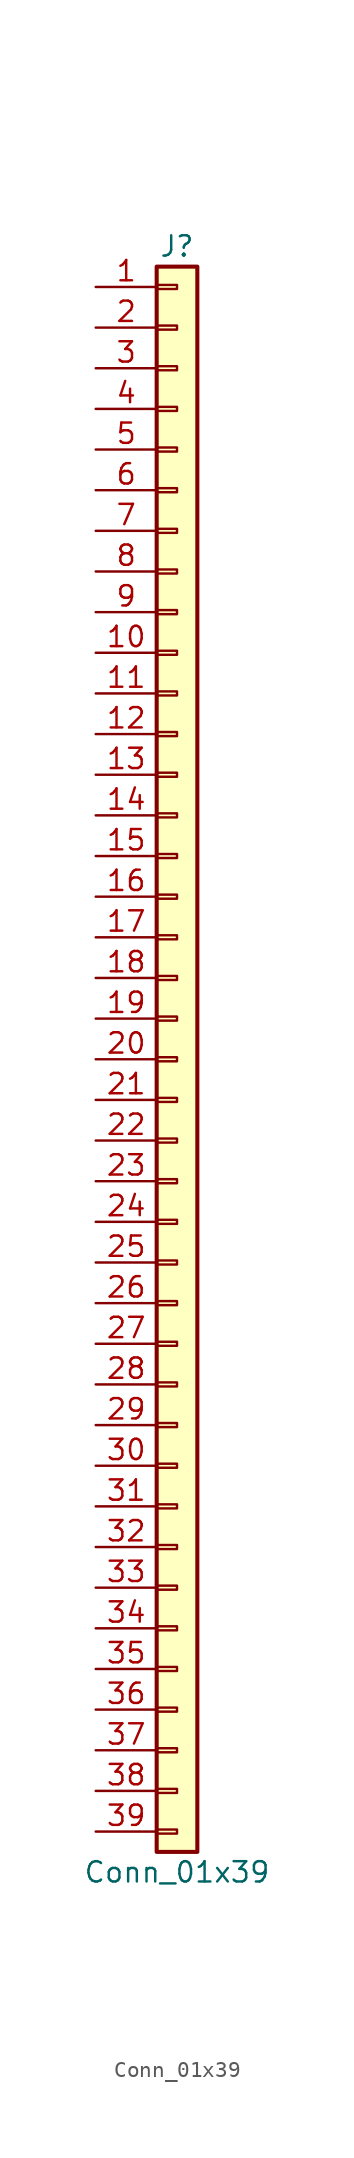
<source format=kicad_sym>
(kicad_symbol_lib
  (version 20201005)
  (generator kicad_symbol_editor)
  (symbol "Connector_Generic:Conn_01x39"
    (pin_names
      (offset 1.016) hide)
    (property "Reference" "J"
      (at 0 50.8 0)
      (effects (font (size 1.27 1.27))))
    (property "Value" "Conn_01x39"
      (at 0 -50.8 0)
      (effects (font (size 1.27 1.27))))
    (symbol "Conn_01x39_1_1"
      (rectangle (start -1.27 -27.813) (end 0 -28.067) (stroke (width 0.152)) (fill (type none)))
      (rectangle (start -1.27 -30.353) (end 0 -30.607) (stroke (width 0.152)) (fill (type none)))
      (rectangle (start -1.27 -32.893) (end 0 -33.147) (stroke (width 0.152)) (fill (type none)))
      (rectangle (start -1.27 -35.433) (end 0 -35.687) (stroke (width 0.152)) (fill (type none)))
      (rectangle (start -1.27 -37.973) (end 0 -38.227) (stroke (width 0.152)) (fill (type none)))
      (rectangle (start -1.27 -40.513) (end 0 -40.767) (stroke (width 0.152)) (fill (type none)))
      (rectangle (start -1.27 -43.053) (end 0 -43.307) (stroke (width 0.152)) (fill (type none)))
      (rectangle (start -1.27 -45.593) (end 0 -45.847) (stroke (width 0.152)) (fill (type none)))
      (rectangle (start -1.27 -48.133) (end 0 -48.387) (stroke (width 0.152)) (fill (type none)))
      (rectangle (start -1.27 -4.953) (end 0 -5.207) (stroke (width 0.152)) (fill (type none)))
      (rectangle (start -1.27 -7.493) (end 0 -7.747) (stroke (width 0.152)) (fill (type none)))
      (rectangle (start -1.27 -10.033) (end 0 -10.287) (stroke (width 0.152)) (fill (type none)))
      (rectangle (start -1.27 -12.573) (end 0 -12.827) (stroke (width 0.152)) (fill (type none)))
      (rectangle (start -1.27 -15.113) (end 0 -15.367) (stroke (width 0.152)) (fill (type none)))
      (rectangle (start -1.27 -17.653) (end 0 -17.907) (stroke (width 0.152)) (fill (type none)))
      (rectangle (start -1.27 -20.193) (end 0 -20.447) (stroke (width 0.152)) (fill (type none)))
      (rectangle (start -1.27 -22.733) (end 0 -22.987) (stroke (width 0.152)) (fill (type none)))
      (rectangle (start -1.27 -2.413) (end 0 -2.667) (stroke (width 0.152)) (fill (type none)))
      (rectangle (start -1.27 -25.273) (end 0 -25.527) (stroke (width 0.152)) (fill (type none)))
      (rectangle (start -1.27 25.527) (end 0 25.273) (stroke (width 0.152)) (fill (type none)))
      (rectangle (start -1.27 2.667) (end 0 2.413) (stroke (width 0.152)) (fill (type none)))
      (rectangle (start -1.27 28.067) (end 0 27.813) (stroke (width 0.152)) (fill (type none)))
      (rectangle (start -1.27 30.607) (end 0 30.353) (stroke (width 0.152)) (fill (type none)))
      (rectangle (start -1.27 33.147) (end 0 32.893) (stroke (width 0.152)) (fill (type none)))
      (rectangle (start -1.27 35.687) (end 0 35.433) (stroke (width 0.152)) (fill (type none)))
      (rectangle (start -1.27 38.227) (end 0 37.973) (stroke (width 0.152)) (fill (type none)))
      (rectangle (start -1.27 40.767) (end 0 40.513) (stroke (width 0.152)) (fill (type none)))
      (rectangle (start -1.27 43.307) (end 0 43.053) (stroke (width 0.152)) (fill (type none)))
      (rectangle (start -1.27 45.847) (end 0 45.593) (stroke (width 0.152)) (fill (type none)))
      (rectangle (start -1.27 48.387) (end 0 48.133) (stroke (width 0.152)) (fill (type none)))
      (rectangle (start -1.27 49.53) (end 1.27 -49.53) (stroke (width 0.254)) (fill (type background)))
      (rectangle (start -1.27 5.207) (end 0 4.953) (stroke (width 0.152)) (fill (type none)))
      (rectangle (start -1.27 7.747) (end 0 7.493) (stroke (width 0.152)) (fill (type none)))
      (rectangle (start -1.27 10.287) (end 0 10.033) (stroke (width 0.152)) (fill (type none)))
      (rectangle (start -1.27 0.127) (end 0 -0.127) (stroke (width 0.152)) (fill (type none)))
      (rectangle (start -1.27 12.827) (end 0 12.573) (stroke (width 0.152)) (fill (type none)))
      (rectangle (start -1.27 15.367) (end 0 15.113) (stroke (width 0.152)) (fill (type none)))
      (rectangle (start -1.27 17.907) (end 0 17.653) (stroke (width 0.152)) (fill (type none)))
      (rectangle (start -1.27 20.447) (end 0 20.193) (stroke (width 0.152)) (fill (type none)))
      (rectangle (start -1.27 22.987) (end 0 22.733) (stroke (width 0.152)) (fill (type none)))
      (pin passive line (at -5.08 48.26 0) (length 3.81) (name "Pin_1" (effects (font (size 1.27 1.27)))) (number "1" (effects (font (size 1.27 1.27)))))
      (pin passive line (at -5.08 25.4 0) (length 3.81) (name "Pin_10" (effects (font (size 1.27 1.27)))) (number "10" (effects (font (size 1.27 1.27)))))
      (pin passive line (at -5.08 22.86 0) (length 3.81) (name "Pin_11" (effects (font (size 1.27 1.27)))) (number "11" (effects (font (size 1.27 1.27)))))
      (pin passive line (at -5.08 20.32 0) (length 3.81) (name "Pin_12" (effects (font (size 1.27 1.27)))) (number "12" (effects (font (size 1.27 1.27)))))
      (pin passive line (at -5.08 17.78 0) (length 3.81) (name "Pin_13" (effects (font (size 1.27 1.27)))) (number "13" (effects (font (size 1.27 1.27)))))
      (pin passive line (at -5.08 15.24 0) (length 3.81) (name "Pin_14" (effects (font (size 1.27 1.27)))) (number "14" (effects (font (size 1.27 1.27)))))
      (pin passive line (at -5.08 12.7 0) (length 3.81) (name "Pin_15" (effects (font (size 1.27 1.27)))) (number "15" (effects (font (size 1.27 1.27)))))
      (pin passive line (at -5.08 10.16 0) (length 3.81) (name "Pin_16" (effects (font (size 1.27 1.27)))) (number "16" (effects (font (size 1.27 1.27)))))
      (pin passive line (at -5.08 7.62 0) (length 3.81) (name "Pin_17" (effects (font (size 1.27 1.27)))) (number "17" (effects (font (size 1.27 1.27)))))
      (pin passive line (at -5.08 5.08 0) (length 3.81) (name "Pin_18" (effects (font (size 1.27 1.27)))) (number "18" (effects (font (size 1.27 1.27)))))
      (pin passive line (at -5.08 2.54 0) (length 3.81) (name "Pin_19" (effects (font (size 1.27 1.27)))) (number "19" (effects (font (size 1.27 1.27)))))
      (pin passive line (at -5.08 45.72 0) (length 3.81) (name "Pin_2" (effects (font (size 1.27 1.27)))) (number "2" (effects (font (size 1.27 1.27)))))
      (pin passive line (at -5.08 0 0) (length 3.81) (name "Pin_20" (effects (font (size 1.27 1.27)))) (number "20" (effects (font (size 1.27 1.27)))))
      (pin passive line (at -5.08 -2.54 0) (length 3.81) (name "Pin_21" (effects (font (size 1.27 1.27)))) (number "21" (effects (font (size 1.27 1.27)))))
      (pin passive line (at -5.08 -5.08 0) (length 3.81) (name "Pin_22" (effects (font (size 1.27 1.27)))) (number "22" (effects (font (size 1.27 1.27)))))
      (pin passive line (at -5.08 -7.62 0) (length 3.81) (name "Pin_23" (effects (font (size 1.27 1.27)))) (number "23" (effects (font (size 1.27 1.27)))))
      (pin passive line (at -5.08 -10.16 0) (length 3.81) (name "Pin_24" (effects (font (size 1.27 1.27)))) (number "24" (effects (font (size 1.27 1.27)))))
      (pin passive line (at -5.08 -12.7 0) (length 3.81) (name "Pin_25" (effects (font (size 1.27 1.27)))) (number "25" (effects (font (size 1.27 1.27)))))
      (pin passive line (at -5.08 -15.24 0) (length 3.81) (name "Pin_26" (effects (font (size 1.27 1.27)))) (number "26" (effects (font (size 1.27 1.27)))))
      (pin passive line (at -5.08 -17.78 0) (length 3.81) (name "Pin_27" (effects (font (size 1.27 1.27)))) (number "27" (effects (font (size 1.27 1.27)))))
      (pin passive line (at -5.08 -20.32 0) (length 3.81) (name "Pin_28" (effects (font (size 1.27 1.27)))) (number "28" (effects (font (size 1.27 1.27)))))
      (pin passive line (at -5.08 -22.86 0) (length 3.81) (name "Pin_29" (effects (font (size 1.27 1.27)))) (number "29" (effects (font (size 1.27 1.27)))))
      (pin passive line (at -5.08 43.18 0) (length 3.81) (name "Pin_3" (effects (font (size 1.27 1.27)))) (number "3" (effects (font (size 1.27 1.27)))))
      (pin passive line (at -5.08 -25.4 0) (length 3.81) (name "Pin_30" (effects (font (size 1.27 1.27)))) (number "30" (effects (font (size 1.27 1.27)))))
      (pin passive line (at -5.08 -27.94 0) (length 3.81) (name "Pin_31" (effects (font (size 1.27 1.27)))) (number "31" (effects (font (size 1.27 1.27)))))
      (pin passive line (at -5.08 -30.48 0) (length 3.81) (name "Pin_32" (effects (font (size 1.27 1.27)))) (number "32" (effects (font (size 1.27 1.27)))))
      (pin passive line (at -5.08 -33.02 0) (length 3.81) (name "Pin_33" (effects (font (size 1.27 1.27)))) (number "33" (effects (font (size 1.27 1.27)))))
      (pin passive line (at -5.08 -35.56 0) (length 3.81) (name "Pin_34" (effects (font (size 1.27 1.27)))) (number "34" (effects (font (size 1.27 1.27)))))
      (pin passive line (at -5.08 -38.1 0) (length 3.81) (name "Pin_35" (effects (font (size 1.27 1.27)))) (number "35" (effects (font (size 1.27 1.27)))))
      (pin passive line (at -5.08 -40.64 0) (length 3.81) (name "Pin_36" (effects (font (size 1.27 1.27)))) (number "36" (effects (font (size 1.27 1.27)))))
      (pin passive line (at -5.08 -43.18 0) (length 3.81) (name "Pin_37" (effects (font (size 1.27 1.27)))) (number "37" (effects (font (size 1.27 1.27)))))
      (pin passive line (at -5.08 -45.72 0) (length 3.81) (name "Pin_38" (effects (font (size 1.27 1.27)))) (number "38" (effects (font (size 1.27 1.27)))))
      (pin passive line (at -5.08 -48.26 0) (length 3.81) (name "Pin_39" (effects (font (size 1.27 1.27)))) (number "39" (effects (font (size 1.27 1.27)))))
      (pin passive line (at -5.08 40.64 0) (length 3.81) (name "Pin_4" (effects (font (size 1.27 1.27)))) (number "4" (effects (font (size 1.27 1.27)))))
      (pin passive line (at -5.08 38.1 0) (length 3.81) (name "Pin_5" (effects (font (size 1.27 1.27)))) (number "5" (effects (font (size 1.27 1.27)))))
      (pin passive line (at -5.08 35.56 0) (length 3.81) (name "Pin_6" (effects (font (size 1.27 1.27)))) (number "6" (effects (font (size 1.27 1.27)))))
      (pin passive line (at -5.08 33.02 0) (length 3.81) (name "Pin_7" (effects (font (size 1.27 1.27)))) (number "7" (effects (font (size 1.27 1.27)))))
      (pin passive line (at -5.08 30.48 0) (length 3.81) (name "Pin_8" (effects (font (size 1.27 1.27)))) (number "8" (effects (font (size 1.27 1.27)))))
      (pin passive line (at -5.08 27.94 0) (length 3.81) (name "Pin_9" (effects (font (size 1.27 1.27)))) (number "9" (effects (font (size 1.27 1.27))))))))
</source>
